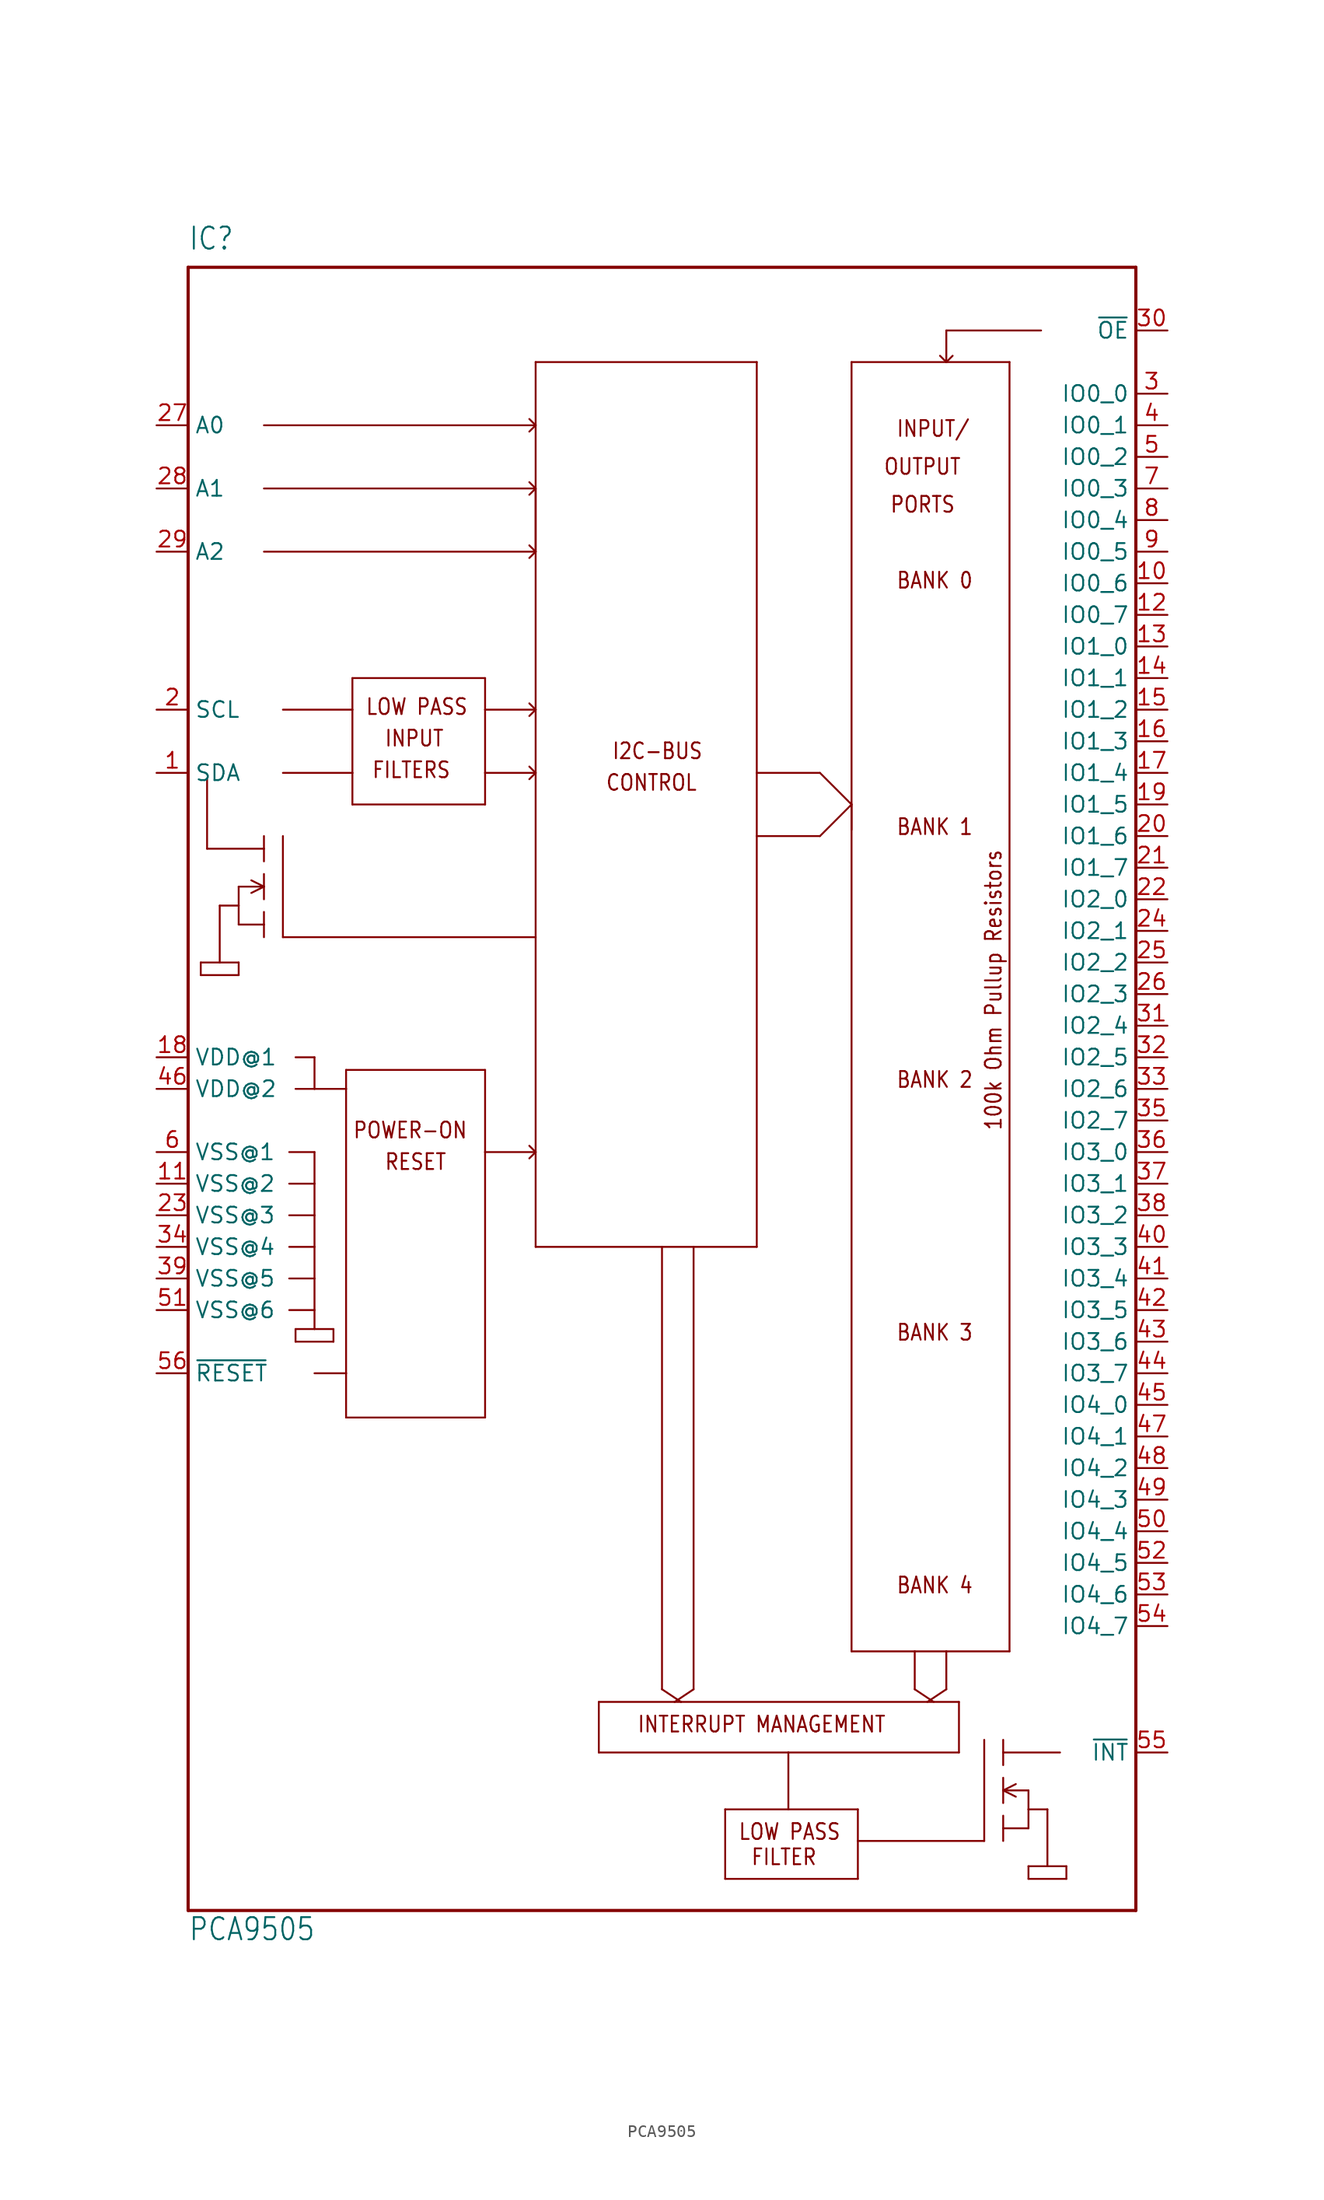
<source format=kicad_sym>
(kicad_symbol_lib
  (version 20211014)
  (generator kicad_symbol_editor)
  (symbol "PCA9505"
    (property "Reference" "IC"
      (at -38.1 67.31 0)
      (effects (font (size 1.778 1.511)) (justify left bottom)))
    (property "Value" "PCA9505"
      (at -38.1 -68.58 0)
      (effects (font (size 1.778 1.511)) (justify left bottom)))
    (property "ki_locked" ""
      (at 0 0 0)
      (effects (font (size 1.27 1.27))))
    (symbol "PCA9505_1_0"
      (polyline (pts (xy -38.1 -66.04) (xy 38.1 -66.04)) (stroke (width 0.254) (type default) (color 0 0 0 0)) (fill (type none)))
      (polyline (pts (xy -38.1 66.04) (xy -38.1 -66.04)) (stroke (width 0.254) (type default) (color 0 0 0 0)) (fill (type none)))
      (polyline (pts (xy -37.084 9.144) (xy -37.084 10.16)) (stroke (width 0.152) (type default) (color 0 0 0 0)) (fill (type none)))
      (polyline (pts (xy -37.084 10.16) (xy -35.56 10.16)) (stroke (width 0.152) (type default) (color 0 0 0 0)) (fill (type none)))
      (polyline (pts (xy -36.576 19.304) (xy -36.576 24.892)) (stroke (width 0.152) (type default) (color 0 0 0 0)) (fill (type none)))
      (polyline (pts (xy -35.56 10.16) (xy -34.036 10.16)) (stroke (width 0.152) (type default) (color 0 0 0 0)) (fill (type none)))
      (polyline (pts (xy -35.56 14.732) (xy -35.56 10.16)) (stroke (width 0.152) (type default) (color 0 0 0 0)) (fill (type none)))
      (polyline (pts (xy -34.036 9.144) (xy -37.084 9.144)) (stroke (width 0.152) (type default) (color 0 0 0 0)) (fill (type none)))
      (polyline (pts (xy -34.036 10.16) (xy -34.036 9.144)) (stroke (width 0.152) (type default) (color 0 0 0 0)) (fill (type none)))
      (polyline (pts (xy -34.036 13.208) (xy -32.004 13.208)) (stroke (width 0.152) (type default) (color 0 0 0 0)) (fill (type none)))
      (polyline (pts (xy -34.036 14.732) (xy -35.56 14.732)) (stroke (width 0.152) (type default) (color 0 0 0 0)) (fill (type none)))
      (polyline (pts (xy -34.036 14.732) (xy -34.036 13.208)) (stroke (width 0.152) (type default) (color 0 0 0 0)) (fill (type none)))
      (polyline (pts (xy -34.036 16.256) (xy -34.036 14.732)) (stroke (width 0.152) (type default) (color 0 0 0 0)) (fill (type none)))
      (polyline (pts (xy -32.004 13.208) (xy -32.004 12.192)) (stroke (width 0.152) (type default) (color 0 0 0 0)) (fill (type none)))
      (polyline (pts (xy -32.004 14.224) (xy -32.004 13.208)) (stroke (width 0.152) (type default) (color 0 0 0 0)) (fill (type none)))
      (polyline (pts (xy -32.004 16.256) (xy -34.036 16.256)) (stroke (width 0.152) (type default) (color 0 0 0 0)) (fill (type none)))
      (polyline (pts (xy -32.004 16.256) (xy -33.02 15.748)) (stroke (width 0.152) (type default) (color 0 0 0 0)) (fill (type none)))
      (polyline (pts (xy -32.004 16.256) (xy -33.02 16.764)) (stroke (width 0.152) (type default) (color 0 0 0 0)) (fill (type none)))
      (polyline (pts (xy -32.004 16.256) (xy -32.004 15.24)) (stroke (width 0.152) (type default) (color 0 0 0 0)) (fill (type none)))
      (polyline (pts (xy -32.004 17.272) (xy -32.004 16.256)) (stroke (width 0.152) (type default) (color 0 0 0 0)) (fill (type none)))
      (polyline (pts (xy -32.004 19.304) (xy -36.576 19.304)) (stroke (width 0.152) (type default) (color 0 0 0 0)) (fill (type none)))
      (polyline (pts (xy -32.004 19.304) (xy -32.004 18.288)) (stroke (width 0.152) (type default) (color 0 0 0 0)) (fill (type none)))
      (polyline (pts (xy -32.004 20.32) (xy -32.004 19.304)) (stroke (width 0.152) (type default) (color 0 0 0 0)) (fill (type none)))
      (polyline (pts (xy -32.004 43.18) (xy -10.16 43.18)) (stroke (width 0.152) (type default) (color 0 0 0 0)) (fill (type none)))
      (polyline (pts (xy -32.004 53.34) (xy -10.16 53.34)) (stroke (width 0.152) (type default) (color 0 0 0 0)) (fill (type none)))
      (polyline (pts (xy -30.48 12.192) (xy -30.48 20.32)) (stroke (width 0.152) (type default) (color 0 0 0 0)) (fill (type none)))
      (polyline (pts (xy -30.48 25.4) (xy -24.892 25.4)) (stroke (width 0.152) (type default) (color 0 0 0 0)) (fill (type none)))
      (polyline (pts (xy -30.48 30.48) (xy -24.892 30.48)) (stroke (width 0.152) (type default) (color 0 0 0 0)) (fill (type none)))
      (polyline (pts (xy -29.464 -20.32) (xy -29.464 -19.304)) (stroke (width 0.152) (type default) (color 0 0 0 0)) (fill (type none)))
      (polyline (pts (xy -29.464 -19.304) (xy -27.94 -19.304)) (stroke (width 0.152) (type default) (color 0 0 0 0)) (fill (type none)))
      (polyline (pts (xy -27.94 -22.86) (xy -25.4 -22.86)) (stroke (width 0.152) (type default) (color 0 0 0 0)) (fill (type none)))
      (polyline (pts (xy -27.94 -19.304) (xy -27.94 -17.78)) (stroke (width 0.152) (type default) (color 0 0 0 0)) (fill (type none)))
      (polyline (pts (xy -27.94 -19.304) (xy -26.416 -19.304)) (stroke (width 0.152) (type default) (color 0 0 0 0)) (fill (type none)))
      (polyline (pts (xy -27.94 -17.78) (xy -29.972 -17.78)) (stroke (width 0.152) (type default) (color 0 0 0 0)) (fill (type none)))
      (polyline (pts (xy -27.94 -17.78) (xy -27.94 -15.24)) (stroke (width 0.152) (type default) (color 0 0 0 0)) (fill (type none)))
      (polyline (pts (xy -27.94 -15.24) (xy -29.972 -15.24)) (stroke (width 0.152) (type default) (color 0 0 0 0)) (fill (type none)))
      (polyline (pts (xy -27.94 -15.24) (xy -27.94 -12.7)) (stroke (width 0.152) (type default) (color 0 0 0 0)) (fill (type none)))
      (polyline (pts (xy -27.94 -12.7) (xy -29.972 -12.7)) (stroke (width 0.152) (type default) (color 0 0 0 0)) (fill (type none)))
      (polyline (pts (xy -27.94 -12.7) (xy -27.94 -10.16)) (stroke (width 0.152) (type default) (color 0 0 0 0)) (fill (type none)))
      (polyline (pts (xy -27.94 -10.16) (xy -29.972 -10.16)) (stroke (width 0.152) (type default) (color 0 0 0 0)) (fill (type none)))
      (polyline (pts (xy -27.94 -10.16) (xy -27.94 -7.62)) (stroke (width 0.152) (type default) (color 0 0 0 0)) (fill (type none)))
      (polyline (pts (xy -27.94 -7.62) (xy -29.972 -7.62)) (stroke (width 0.152) (type default) (color 0 0 0 0)) (fill (type none)))
      (polyline (pts (xy -27.94 -7.62) (xy -27.94 -5.08)) (stroke (width 0.152) (type default) (color 0 0 0 0)) (fill (type none)))
      (polyline (pts (xy -27.94 -5.08) (xy -29.972 -5.08)) (stroke (width 0.152) (type default) (color 0 0 0 0)) (fill (type none)))
      (polyline (pts (xy -27.94 0) (xy -29.464 0)) (stroke (width 0.152) (type default) (color 0 0 0 0)) (fill (type none)))
      (polyline (pts (xy -27.94 0) (xy -25.4 0)) (stroke (width 0.152) (type default) (color 0 0 0 0)) (fill (type none)))
      (polyline (pts (xy -27.94 2.54) (xy -29.464 2.54)) (stroke (width 0.152) (type default) (color 0 0 0 0)) (fill (type none)))
      (polyline (pts (xy -27.94 2.54) (xy -27.94 0)) (stroke (width 0.152) (type default) (color 0 0 0 0)) (fill (type none)))
      (polyline (pts (xy -26.416 -20.32) (xy -29.464 -20.32)) (stroke (width 0.152) (type default) (color 0 0 0 0)) (fill (type none)))
      (polyline (pts (xy -26.416 -19.304) (xy -26.416 -20.32)) (stroke (width 0.152) (type default) (color 0 0 0 0)) (fill (type none)))
      (polyline (pts (xy -25.4 -26.416) (xy -25.4 -22.86)) (stroke (width 0.152) (type default) (color 0 0 0 0)) (fill (type none)))
      (polyline (pts (xy -25.4 -22.86) (xy -25.4 0)) (stroke (width 0.152) (type default) (color 0 0 0 0)) (fill (type none)))
      (polyline (pts (xy -25.4 0) (xy -25.4 1.524)) (stroke (width 0.152) (type default) (color 0 0 0 0)) (fill (type none)))
      (polyline (pts (xy -25.4 1.524) (xy -14.224 1.524)) (stroke (width 0.152) (type default) (color 0 0 0 0)) (fill (type none)))
      (polyline (pts (xy -24.892 22.86) (xy -14.224 22.86)) (stroke (width 0.152) (type default) (color 0 0 0 0)) (fill (type none)))
      (polyline (pts (xy -24.892 25.4) (xy -24.892 22.86)) (stroke (width 0.152) (type default) (color 0 0 0 0)) (fill (type none)))
      (polyline (pts (xy -24.892 30.48) (xy -24.892 25.4)) (stroke (width 0.152) (type default) (color 0 0 0 0)) (fill (type none)))
      (polyline (pts (xy -24.892 33.02) (xy -24.892 30.48)) (stroke (width 0.152) (type default) (color 0 0 0 0)) (fill (type none)))
      (polyline (pts (xy -14.224 -26.416) (xy -25.4 -26.416)) (stroke (width 0.152) (type default) (color 0 0 0 0)) (fill (type none)))
      (polyline (pts (xy -14.224 -5.08) (xy -14.224 -26.416)) (stroke (width 0.152) (type default) (color 0 0 0 0)) (fill (type none)))
      (polyline (pts (xy -14.224 -5.08) (xy -10.16 -5.08)) (stroke (width 0.152) (type default) (color 0 0 0 0)) (fill (type none)))
      (polyline (pts (xy -14.224 1.524) (xy -14.224 -5.08)) (stroke (width 0.152) (type default) (color 0 0 0 0)) (fill (type none)))
      (polyline (pts (xy -14.224 22.86) (xy -14.224 25.4)) (stroke (width 0.152) (type default) (color 0 0 0 0)) (fill (type none)))
      (polyline (pts (xy -14.224 25.4) (xy -14.224 30.48)) (stroke (width 0.152) (type default) (color 0 0 0 0)) (fill (type none)))
      (polyline (pts (xy -14.224 25.4) (xy -10.16 25.4)) (stroke (width 0.152) (type default) (color 0 0 0 0)) (fill (type none)))
      (polyline (pts (xy -14.224 30.48) (xy -14.224 33.02)) (stroke (width 0.152) (type default) (color 0 0 0 0)) (fill (type none)))
      (polyline (pts (xy -14.224 30.48) (xy -10.16 30.48)) (stroke (width 0.152) (type default) (color 0 0 0 0)) (fill (type none)))
      (polyline (pts (xy -14.224 33.02) (xy -24.892 33.02)) (stroke (width 0.152) (type default) (color 0 0 0 0)) (fill (type none)))
      (polyline (pts (xy -10.668 -4.572) (xy -10.16 -5.08)) (stroke (width 0.152) (type default) (color 0 0 0 0)) (fill (type none)))
      (polyline (pts (xy -10.668 25.908) (xy -10.16 25.4)) (stroke (width 0.152) (type default) (color 0 0 0 0)) (fill (type none)))
      (polyline (pts (xy -10.668 30.988) (xy -10.16 30.48)) (stroke (width 0.152) (type default) (color 0 0 0 0)) (fill (type none)))
      (polyline (pts (xy -10.668 43.688) (xy -10.16 43.18)) (stroke (width 0.152) (type default) (color 0 0 0 0)) (fill (type none)))
      (polyline (pts (xy -10.668 48.768) (xy -10.16 48.26)) (stroke (width 0.152) (type default) (color 0 0 0 0)) (fill (type none)))
      (polyline (pts (xy -10.668 53.848) (xy -10.16 53.34)) (stroke (width 0.152) (type default) (color 0 0 0 0)) (fill (type none)))
      (polyline (pts (xy -10.16 -12.7) (xy 0 -12.7)) (stroke (width 0.152) (type default) (color 0 0 0 0)) (fill (type none)))
      (polyline (pts (xy -10.16 -5.08) (xy -10.668 -5.588)) (stroke (width 0.152) (type default) (color 0 0 0 0)) (fill (type none)))
      (polyline (pts (xy -10.16 -5.08) (xy -10.16 -12.7)) (stroke (width 0.152) (type default) (color 0 0 0 0)) (fill (type none)))
      (polyline (pts (xy -10.16 12.192) (xy -30.48 12.192)) (stroke (width 0.152) (type default) (color 0 0 0 0)) (fill (type none)))
      (polyline (pts (xy -10.16 12.192) (xy -10.16 -5.08)) (stroke (width 0.152) (type default) (color 0 0 0 0)) (fill (type none)))
      (polyline (pts (xy -10.16 25.4) (xy -10.668 24.892)) (stroke (width 0.152) (type default) (color 0 0 0 0)) (fill (type none)))
      (polyline (pts (xy -10.16 25.4) (xy -10.16 12.192)) (stroke (width 0.152) (type default) (color 0 0 0 0)) (fill (type none)))
      (polyline (pts (xy -10.16 30.48) (xy -10.668 29.972)) (stroke (width 0.152) (type default) (color 0 0 0 0)) (fill (type none)))
      (polyline (pts (xy -10.16 30.48) (xy -10.16 25.4)) (stroke (width 0.152) (type default) (color 0 0 0 0)) (fill (type none)))
      (polyline (pts (xy -10.16 43.18) (xy -10.668 42.672)) (stroke (width 0.152) (type default) (color 0 0 0 0)) (fill (type none)))
      (polyline (pts (xy -10.16 43.18) (xy -10.16 30.48)) (stroke (width 0.152) (type default) (color 0 0 0 0)) (fill (type none)))
      (polyline (pts (xy -10.16 43.18) (xy -10.16 48.26)) (stroke (width 0.152) (type default) (color 0 0 0 0)) (fill (type none)))
      (polyline (pts (xy -10.16 48.26) (xy -32.004 48.26)) (stroke (width 0.152) (type default) (color 0 0 0 0)) (fill (type none)))
      (polyline (pts (xy -10.16 48.26) (xy -10.668 47.752)) (stroke (width 0.152) (type default) (color 0 0 0 0)) (fill (type none)))
      (polyline (pts (xy -10.16 53.34) (xy -10.668 52.832)) (stroke (width 0.152) (type default) (color 0 0 0 0)) (fill (type none)))
      (polyline (pts (xy -10.16 53.34) (xy -10.16 43.18)) (stroke (width 0.152) (type default) (color 0 0 0 0)) (fill (type none)))
      (polyline (pts (xy -10.16 58.42) (xy -10.16 53.34)) (stroke (width 0.152) (type default) (color 0 0 0 0)) (fill (type none)))
      (polyline (pts (xy -5.08 -53.34) (xy -5.08 -49.276)) (stroke (width 0.152) (type default) (color 0 0 0 0)) (fill (type none)))
      (polyline (pts (xy -5.08 -49.276) (xy 1.016 -49.276)) (stroke (width 0.152) (type default) (color 0 0 0 0)) (fill (type none)))
      (polyline (pts (xy 0 -48.26) (xy 1.524 -49.276)) (stroke (width 0.152) (type default) (color 0 0 0 0)) (fill (type none)))
      (polyline (pts (xy 0 -12.7) (xy 0 -48.26)) (stroke (width 0.152) (type default) (color 0 0 0 0)) (fill (type none)))
      (polyline (pts (xy 0 -12.7) (xy 2.54 -12.7)) (stroke (width 0.152) (type default) (color 0 0 0 0)) (fill (type none)))
      (polyline (pts (xy 1.016 -49.276) (xy 1.524 -49.276)) (stroke (width 0.152) (type default) (color 0 0 0 0)) (fill (type none)))
      (polyline (pts (xy 1.016 -49.276) (xy 2.54 -48.26)) (stroke (width 0.152) (type default) (color 0 0 0 0)) (fill (type none)))
      (polyline (pts (xy 1.524 -49.276) (xy 23.876 -49.276)) (stroke (width 0.152) (type default) (color 0 0 0 0)) (fill (type none)))
      (polyline (pts (xy 2.54 -12.7) (xy 2.54 -48.26)) (stroke (width 0.152) (type default) (color 0 0 0 0)) (fill (type none)))
      (polyline (pts (xy 2.54 -12.7) (xy 7.62 -12.7)) (stroke (width 0.152) (type default) (color 0 0 0 0)) (fill (type none)))
      (polyline (pts (xy 5.08 -63.5) (xy 15.748 -63.5)) (stroke (width 0.152) (type default) (color 0 0 0 0)) (fill (type none)))
      (polyline (pts (xy 5.08 -57.912) (xy 5.08 -63.5)) (stroke (width 0.152) (type default) (color 0 0 0 0)) (fill (type none)))
      (polyline (pts (xy 7.62 -12.7) (xy 7.62 20.32)) (stroke (width 0.152) (type default) (color 0 0 0 0)) (fill (type none)))
      (polyline (pts (xy 7.62 20.32) (xy 7.62 25.4)) (stroke (width 0.152) (type default) (color 0 0 0 0)) (fill (type none)))
      (polyline (pts (xy 7.62 20.32) (xy 12.7 20.32)) (stroke (width 0.152) (type default) (color 0 0 0 0)) (fill (type none)))
      (polyline (pts (xy 7.62 25.4) (xy 7.62 58.42)) (stroke (width 0.152) (type default) (color 0 0 0 0)) (fill (type none)))
      (polyline (pts (xy 7.62 25.4) (xy 12.7 25.4)) (stroke (width 0.152) (type default) (color 0 0 0 0)) (fill (type none)))
      (polyline (pts (xy 7.62 58.42) (xy -10.16 58.42)) (stroke (width 0.152) (type default) (color 0 0 0 0)) (fill (type none)))
      (polyline (pts (xy 10.16 -57.912) (xy 5.08 -57.912)) (stroke (width 0.152) (type default) (color 0 0 0 0)) (fill (type none)))
      (polyline (pts (xy 10.16 -53.34) (xy -5.08 -53.34)) (stroke (width 0.152) (type default) (color 0 0 0 0)) (fill (type none)))
      (polyline (pts (xy 10.16 -53.34) (xy 10.16 -57.912)) (stroke (width 0.152) (type default) (color 0 0 0 0)) (fill (type none)))
      (polyline (pts (xy 12.7 25.4) (xy 15.24 22.86)) (stroke (width 0.152) (type default) (color 0 0 0 0)) (fill (type none)))
      (polyline (pts (xy 15.24 -45.212) (xy 20.32 -45.212)) (stroke (width 0.152) (type default) (color 0 0 0 0)) (fill (type none)))
      (polyline (pts (xy 15.24 22.86) (xy 12.7 20.32)) (stroke (width 0.152) (type default) (color 0 0 0 0)) (fill (type none)))
      (polyline (pts (xy 15.24 22.86) (xy 15.24 -45.212)) (stroke (width 0.152) (type default) (color 0 0 0 0)) (fill (type none)))
      (polyline (pts (xy 15.24 22.86) (xy 15.24 20.828)) (stroke (width 0.152) (type default) (color 0 0 0 0)) (fill (type none)))
      (polyline (pts (xy 15.24 58.42) (xy 15.24 22.86)) (stroke (width 0.152) (type default) (color 0 0 0 0)) (fill (type none)))
      (polyline (pts (xy 15.748 -63.5) (xy 15.748 -60.452)) (stroke (width 0.152) (type default) (color 0 0 0 0)) (fill (type none)))
      (polyline (pts (xy 15.748 -60.452) (xy 15.748 -57.912)) (stroke (width 0.152) (type default) (color 0 0 0 0)) (fill (type none)))
      (polyline (pts (xy 15.748 -60.452) (xy 25.908 -60.452)) (stroke (width 0.152) (type default) (color 0 0 0 0)) (fill (type none)))
      (polyline (pts (xy 15.748 -57.912) (xy 10.16 -57.912)) (stroke (width 0.152) (type default) (color 0 0 0 0)) (fill (type none)))
      (polyline (pts (xy 20.32 -48.26) (xy 21.844 -49.276)) (stroke (width 0.152) (type default) (color 0 0 0 0)) (fill (type none)))
      (polyline (pts (xy 20.32 -45.212) (xy 20.32 -48.26)) (stroke (width 0.152) (type default) (color 0 0 0 0)) (fill (type none)))
      (polyline (pts (xy 20.32 -45.212) (xy 22.86 -45.212)) (stroke (width 0.152) (type default) (color 0 0 0 0)) (fill (type none)))
      (polyline (pts (xy 21.336 -49.276) (xy 22.86 -48.26)) (stroke (width 0.152) (type default) (color 0 0 0 0)) (fill (type none)))
      (polyline (pts (xy 22.86 -45.212) (xy 22.86 -48.26)) (stroke (width 0.152) (type default) (color 0 0 0 0)) (fill (type none)))
      (polyline (pts (xy 22.86 -45.212) (xy 27.94 -45.212)) (stroke (width 0.152) (type default) (color 0 0 0 0)) (fill (type none)))
      (polyline (pts (xy 22.86 58.42) (xy 15.24 58.42)) (stroke (width 0.152) (type default) (color 0 0 0 0)) (fill (type none)))
      (polyline (pts (xy 22.86 58.42) (xy 22.352 58.928)) (stroke (width 0.152) (type default) (color 0 0 0 0)) (fill (type none)))
      (polyline (pts (xy 22.86 60.96) (xy 22.86 58.42)) (stroke (width 0.152) (type default) (color 0 0 0 0)) (fill (type none)))
      (polyline (pts (xy 23.368 58.928) (xy 22.86 58.42)) (stroke (width 0.152) (type default) (color 0 0 0 0)) (fill (type none)))
      (polyline (pts (xy 23.876 -53.34) (xy 10.16 -53.34)) (stroke (width 0.152) (type default) (color 0 0 0 0)) (fill (type none)))
      (polyline (pts (xy 23.876 -49.276) (xy 23.876 -53.34)) (stroke (width 0.152) (type default) (color 0 0 0 0)) (fill (type none)))
      (polyline (pts (xy 25.908 -60.452) (xy 25.908 -52.324)) (stroke (width 0.152) (type default) (color 0 0 0 0)) (fill (type none)))
      (polyline (pts (xy 27.432 -59.436) (xy 27.432 -60.452)) (stroke (width 0.152) (type default) (color 0 0 0 0)) (fill (type none)))
      (polyline (pts (xy 27.432 -58.42) (xy 27.432 -59.436)) (stroke (width 0.152) (type default) (color 0 0 0 0)) (fill (type none)))
      (polyline (pts (xy 27.432 -56.388) (xy 27.432 -57.404)) (stroke (width 0.152) (type default) (color 0 0 0 0)) (fill (type none)))
      (polyline (pts (xy 27.432 -56.388) (xy 28.448 -56.896)) (stroke (width 0.152) (type default) (color 0 0 0 0)) (fill (type none)))
      (polyline (pts (xy 27.432 -56.388) (xy 28.448 -55.88)) (stroke (width 0.152) (type default) (color 0 0 0 0)) (fill (type none)))
      (polyline (pts (xy 27.432 -56.388) (xy 29.464 -56.388)) (stroke (width 0.152) (type default) (color 0 0 0 0)) (fill (type none)))
      (polyline (pts (xy 27.432 -55.372) (xy 27.432 -56.388)) (stroke (width 0.152) (type default) (color 0 0 0 0)) (fill (type none)))
      (polyline (pts (xy 27.432 -53.34) (xy 27.432 -54.356)) (stroke (width 0.152) (type default) (color 0 0 0 0)) (fill (type none)))
      (polyline (pts (xy 27.432 -53.34) (xy 32.004 -53.34)) (stroke (width 0.152) (type default) (color 0 0 0 0)) (fill (type none)))
      (polyline (pts (xy 27.432 -52.324) (xy 27.432 -53.34)) (stroke (width 0.152) (type default) (color 0 0 0 0)) (fill (type none)))
      (polyline (pts (xy 27.94 -45.212) (xy 27.94 58.42)) (stroke (width 0.152) (type default) (color 0 0 0 0)) (fill (type none)))
      (polyline (pts (xy 27.94 58.42) (xy 22.86 58.42)) (stroke (width 0.152) (type default) (color 0 0 0 0)) (fill (type none)))
      (polyline (pts (xy 29.464 -63.5) (xy 32.512 -63.5)) (stroke (width 0.152) (type default) (color 0 0 0 0)) (fill (type none)))
      (polyline (pts (xy 29.464 -62.484) (xy 29.464 -63.5)) (stroke (width 0.152) (type default) (color 0 0 0 0)) (fill (type none)))
      (polyline (pts (xy 29.464 -59.436) (xy 27.432 -59.436)) (stroke (width 0.152) (type default) (color 0 0 0 0)) (fill (type none)))
      (polyline (pts (xy 29.464 -57.912) (xy 29.464 -59.436)) (stroke (width 0.152) (type default) (color 0 0 0 0)) (fill (type none)))
      (polyline (pts (xy 29.464 -57.912) (xy 30.988 -57.912)) (stroke (width 0.152) (type default) (color 0 0 0 0)) (fill (type none)))
      (polyline (pts (xy 29.464 -56.388) (xy 29.464 -57.912)) (stroke (width 0.152) (type default) (color 0 0 0 0)) (fill (type none)))
      (polyline (pts (xy 30.48 60.96) (xy 22.86 60.96)) (stroke (width 0.152) (type default) (color 0 0 0 0)) (fill (type none)))
      (polyline (pts (xy 30.988 -62.484) (xy 29.464 -62.484)) (stroke (width 0.152) (type default) (color 0 0 0 0)) (fill (type none)))
      (polyline (pts (xy 30.988 -57.912) (xy 30.988 -62.484)) (stroke (width 0.152) (type default) (color 0 0 0 0)) (fill (type none)))
      (polyline (pts (xy 32.512 -63.5) (xy 32.512 -62.484)) (stroke (width 0.152) (type default) (color 0 0 0 0)) (fill (type none)))
      (polyline (pts (xy 32.512 -62.484) (xy 30.988 -62.484)) (stroke (width 0.152) (type default) (color 0 0 0 0)) (fill (type none)))
      (polyline (pts (xy 38.1 -66.04) (xy 38.1 66.04)) (stroke (width 0.254) (type default) (color 0 0 0 0)) (fill (type none)))
      (polyline (pts (xy 38.1 66.04) (xy -38.1 66.04)) (stroke (width 0.254) (type default) (color 0 0 0 0)) (fill (type none)))
      (text "100k Ohm Pullup Resistors" (at 25.908 19.304 900) (effects (font (size 1.27 1.079)) (justify right top)))
      (text "BANK 0" (at 18.796 40.132 0) (effects (font (size 1.27 1.079)) (justify left bottom)))
      (text "BANK 1" (at 18.796 20.32 0) (effects (font (size 1.27 1.079)) (justify left bottom)))
      (text "BANK 2" (at 18.796 0 0) (effects (font (size 1.27 1.079)) (justify left bottom)))
      (text "BANK 3" (at 18.796 -20.32 0) (effects (font (size 1.27 1.079)) (justify left bottom)))
      (text "BANK 4" (at 18.796 -40.64 0) (effects (font (size 1.27 1.079)) (justify left bottom)))
      (text "CONTROL" (at -4.572 23.876 0) (effects (font (size 1.27 1.079)) (justify left bottom)))
      (text "FILTER" (at 7.112 -62.484 0) (effects (font (size 1.27 1.079)) (justify left bottom)))
      (text "FILTERS" (at -23.368 24.892 0) (effects (font (size 1.27 1.079)) (justify left bottom)))
      (text "I2C-BUS" (at -4.064 26.416 0) (effects (font (size 1.27 1.079)) (justify left bottom)))
      (text "INPUT" (at -22.352 27.432 0) (effects (font (size 1.27 1.079)) (justify left bottom)))
      (text "INPUT/" (at 18.796 52.324 0) (effects (font (size 1.27 1.079)) (justify left bottom)))
      (text "INTERRUPT MANAGEMENT" (at -2.032 -51.816 0) (effects (font (size 1.27 1.079)) (justify left bottom)))
      (text "LOW PASS" (at -23.876 29.972 0) (effects (font (size 1.27 1.079)) (justify left bottom)))
      (text "LOW PASS" (at 6.096 -60.452 0) (effects (font (size 1.27 1.079)) (justify left bottom)))
      (text "OUTPUT" (at 17.78 49.276 0) (effects (font (size 1.27 1.079)) (justify left bottom)))
      (text "PORTS" (at 18.288 46.228 0) (effects (font (size 1.27 1.079)) (justify left bottom)))
      (text "POWER-ON" (at -24.892 -4.064 0) (effects (font (size 1.27 1.079)) (justify left bottom)))
      (text "RESET" (at -22.352 -6.604 0) (effects (font (size 1.27 1.079)) (justify left bottom)))
      (pin bidirectional line (at -40.64 25.4 0) (length 2.54) (name "SDA" (effects (font (size 1.27 1.27)))) (number "1" (effects (font (size 1.27 1.27)))))
      (pin bidirectional line (at 40.64 40.64 180) (length 2.54) (name "IO0_6" (effects (font (size 1.27 1.27)))) (number "10" (effects (font (size 1.27 1.27)))))
      (pin power_in line (at -40.64 -7.62 0) (length 2.54) (name "VSS@2" (effects (font (size 1.27 1.27)))) (number "11" (effects (font (size 1.27 1.27)))))
      (pin bidirectional line (at 40.64 38.1 180) (length 2.54) (name "IO0_7" (effects (font (size 1.27 1.27)))) (number "12" (effects (font (size 1.27 1.27)))))
      (pin bidirectional line (at 40.64 35.56 180) (length 2.54) (name "IO1_0" (effects (font (size 1.27 1.27)))) (number "13" (effects (font (size 1.27 1.27)))))
      (pin bidirectional line (at 40.64 33.02 180) (length 2.54) (name "IO1_1" (effects (font (size 1.27 1.27)))) (number "14" (effects (font (size 1.27 1.27)))))
      (pin bidirectional line (at 40.64 30.48 180) (length 2.54) (name "IO1_2" (effects (font (size 1.27 1.27)))) (number "15" (effects (font (size 1.27 1.27)))))
      (pin bidirectional line (at 40.64 27.94 180) (length 2.54) (name "IO1_3" (effects (font (size 1.27 1.27)))) (number "16" (effects (font (size 1.27 1.27)))))
      (pin bidirectional line (at 40.64 25.4 180) (length 2.54) (name "IO1_4" (effects (font (size 1.27 1.27)))) (number "17" (effects (font (size 1.27 1.27)))))
      (pin power_in line (at -40.64 2.54 0) (length 2.54) (name "VDD@1" (effects (font (size 1.27 1.27)))) (number "18" (effects (font (size 1.27 1.27)))))
      (pin bidirectional line (at 40.64 22.86 180) (length 2.54) (name "IO1_5" (effects (font (size 1.27 1.27)))) (number "19" (effects (font (size 1.27 1.27)))))
      (pin input line (at -40.64 30.48 0) (length 2.54) (name "SCL" (effects (font (size 1.27 1.27)))) (number "2" (effects (font (size 1.27 1.27)))))
      (pin bidirectional line (at 40.64 20.32 180) (length 2.54) (name "IO1_6" (effects (font (size 1.27 1.27)))) (number "20" (effects (font (size 1.27 1.27)))))
      (pin bidirectional line (at 40.64 17.78 180) (length 2.54) (name "IO1_7" (effects (font (size 1.27 1.27)))) (number "21" (effects (font (size 1.27 1.27)))))
      (pin bidirectional line (at 40.64 15.24 180) (length 2.54) (name "IO2_0" (effects (font (size 1.27 1.27)))) (number "22" (effects (font (size 1.27 1.27)))))
      (pin power_in line (at -40.64 -10.16 0) (length 2.54) (name "VSS@3" (effects (font (size 1.27 1.27)))) (number "23" (effects (font (size 1.27 1.27)))))
      (pin bidirectional line (at 40.64 12.7 180) (length 2.54) (name "IO2_1" (effects (font (size 1.27 1.27)))) (number "24" (effects (font (size 1.27 1.27)))))
      (pin bidirectional line (at 40.64 10.16 180) (length 2.54) (name "IO2_2" (effects (font (size 1.27 1.27)))) (number "25" (effects (font (size 1.27 1.27)))))
      (pin bidirectional line (at 40.64 7.62 180) (length 2.54) (name "IO2_3" (effects (font (size 1.27 1.27)))) (number "26" (effects (font (size 1.27 1.27)))))
      (pin input line (at -40.64 53.34 0) (length 2.54) (name "A0" (effects (font (size 1.27 1.27)))) (number "27" (effects (font (size 1.27 1.27)))))
      (pin input line (at -40.64 48.26 0) (length 2.54) (name "A1" (effects (font (size 1.27 1.27)))) (number "28" (effects (font (size 1.27 1.27)))))
      (pin input line (at -40.64 43.18 0) (length 2.54) (name "A2" (effects (font (size 1.27 1.27)))) (number "29" (effects (font (size 1.27 1.27)))))
      (pin bidirectional line (at 40.64 55.88 180) (length 2.54) (name "IO0_0" (effects (font (size 1.27 1.27)))) (number "3" (effects (font (size 1.27 1.27)))))
      (pin input line (at 40.64 60.96 180) (length 2.54) (name "~{OE}" (effects (font (size 1.27 1.27)))) (number "30" (effects (font (size 1.27 1.27)))))
      (pin bidirectional line (at 40.64 5.08 180) (length 2.54) (name "IO2_4" (effects (font (size 1.27 1.27)))) (number "31" (effects (font (size 1.27 1.27)))))
      (pin bidirectional line (at 40.64 2.54 180) (length 2.54) (name "IO2_5" (effects (font (size 1.27 1.27)))) (number "32" (effects (font (size 1.27 1.27)))))
      (pin bidirectional line (at 40.64 0 180) (length 2.54) (name "IO2_6" (effects (font (size 1.27 1.27)))) (number "33" (effects (font (size 1.27 1.27)))))
      (pin power_in line (at -40.64 -12.7 0) (length 2.54) (name "VSS@4" (effects (font (size 1.27 1.27)))) (number "34" (effects (font (size 1.27 1.27)))))
      (pin bidirectional line (at 40.64 -2.54 180) (length 2.54) (name "IO2_7" (effects (font (size 1.27 1.27)))) (number "35" (effects (font (size 1.27 1.27)))))
      (pin bidirectional line (at 40.64 -5.08 180) (length 2.54) (name "IO3_0" (effects (font (size 1.27 1.27)))) (number "36" (effects (font (size 1.27 1.27)))))
      (pin bidirectional line (at 40.64 -7.62 180) (length 2.54) (name "IO3_1" (effects (font (size 1.27 1.27)))) (number "37" (effects (font (size 1.27 1.27)))))
      (pin bidirectional line (at 40.64 -10.16 180) (length 2.54) (name "IO3_2" (effects (font (size 1.27 1.27)))) (number "38" (effects (font (size 1.27 1.27)))))
      (pin power_in line (at -40.64 -15.24 0) (length 2.54) (name "VSS@5" (effects (font (size 1.27 1.27)))) (number "39" (effects (font (size 1.27 1.27)))))
      (pin bidirectional line (at 40.64 53.34 180) (length 2.54) (name "IO0_1" (effects (font (size 1.27 1.27)))) (number "4" (effects (font (size 1.27 1.27)))))
      (pin bidirectional line (at 40.64 -12.7 180) (length 2.54) (name "IO3_3" (effects (font (size 1.27 1.27)))) (number "40" (effects (font (size 1.27 1.27)))))
      (pin bidirectional line (at 40.64 -15.24 180) (length 2.54) (name "IO3_4" (effects (font (size 1.27 1.27)))) (number "41" (effects (font (size 1.27 1.27)))))
      (pin bidirectional line (at 40.64 -17.78 180) (length 2.54) (name "IO3_5" (effects (font (size 1.27 1.27)))) (number "42" (effects (font (size 1.27 1.27)))))
      (pin bidirectional line (at 40.64 -20.32 180) (length 2.54) (name "IO3_6" (effects (font (size 1.27 1.27)))) (number "43" (effects (font (size 1.27 1.27)))))
      (pin bidirectional line (at 40.64 -22.86 180) (length 2.54) (name "IO3_7" (effects (font (size 1.27 1.27)))) (number "44" (effects (font (size 1.27 1.27)))))
      (pin bidirectional line (at 40.64 -25.4 180) (length 2.54) (name "IO4_0" (effects (font (size 1.27 1.27)))) (number "45" (effects (font (size 1.27 1.27)))))
      (pin power_in line (at -40.64 0 0) (length 2.54) (name "VDD@2" (effects (font (size 1.27 1.27)))) (number "46" (effects (font (size 1.27 1.27)))))
      (pin bidirectional line (at 40.64 -27.94 180) (length 2.54) (name "IO4_1" (effects (font (size 1.27 1.27)))) (number "47" (effects (font (size 1.27 1.27)))))
      (pin bidirectional line (at 40.64 -30.48 180) (length 2.54) (name "IO4_2" (effects (font (size 1.27 1.27)))) (number "48" (effects (font (size 1.27 1.27)))))
      (pin bidirectional line (at 40.64 -33.02 180) (length 2.54) (name "IO4_3" (effects (font (size 1.27 1.27)))) (number "49" (effects (font (size 1.27 1.27)))))
      (pin bidirectional line (at 40.64 50.8 180) (length 2.54) (name "IO0_2" (effects (font (size 1.27 1.27)))) (number "5" (effects (font (size 1.27 1.27)))))
      (pin bidirectional line (at 40.64 -35.56 180) (length 2.54) (name "IO4_4" (effects (font (size 1.27 1.27)))) (number "50" (effects (font (size 1.27 1.27)))))
      (pin power_in line (at -40.64 -17.78 0) (length 2.54) (name "VSS@6" (effects (font (size 1.27 1.27)))) (number "51" (effects (font (size 1.27 1.27)))))
      (pin bidirectional line (at 40.64 -38.1 180) (length 2.54) (name "IO4_5" (effects (font (size 1.27 1.27)))) (number "52" (effects (font (size 1.27 1.27)))))
      (pin bidirectional line (at 40.64 -40.64 180) (length 2.54) (name "IO4_6" (effects (font (size 1.27 1.27)))) (number "53" (effects (font (size 1.27 1.27)))))
      (pin bidirectional line (at 40.64 -43.18 180) (length 2.54) (name "IO4_7" (effects (font (size 1.27 1.27)))) (number "54" (effects (font (size 1.27 1.27)))))
      (pin input line (at 40.64 -53.34 180) (length 2.54) (name "~{INT}" (effects (font (size 1.27 1.27)))) (number "55" (effects (font (size 1.27 1.27)))))
      (pin input line (at -40.64 -22.86 0) (length 2.54) (name "~{RESET}" (effects (font (size 1.27 1.27)))) (number "56" (effects (font (size 1.27 1.27)))))
      (pin power_in line (at -40.64 -5.08 0) (length 2.54) (name "VSS@1" (effects (font (size 1.27 1.27)))) (number "6" (effects (font (size 1.27 1.27)))))
      (pin bidirectional line (at 40.64 48.26 180) (length 2.54) (name "IO0_3" (effects (font (size 1.27 1.27)))) (number "7" (effects (font (size 1.27 1.27)))))
      (pin bidirectional line (at 40.64 45.72 180) (length 2.54) (name "IO0_4" (effects (font (size 1.27 1.27)))) (number "8" (effects (font (size 1.27 1.27)))))
      (pin bidirectional line (at 40.64 43.18 180) (length 2.54) (name "IO0_5" (effects (font (size 1.27 1.27)))) (number "9" (effects (font (size 1.27 1.27))))))))
</source>
